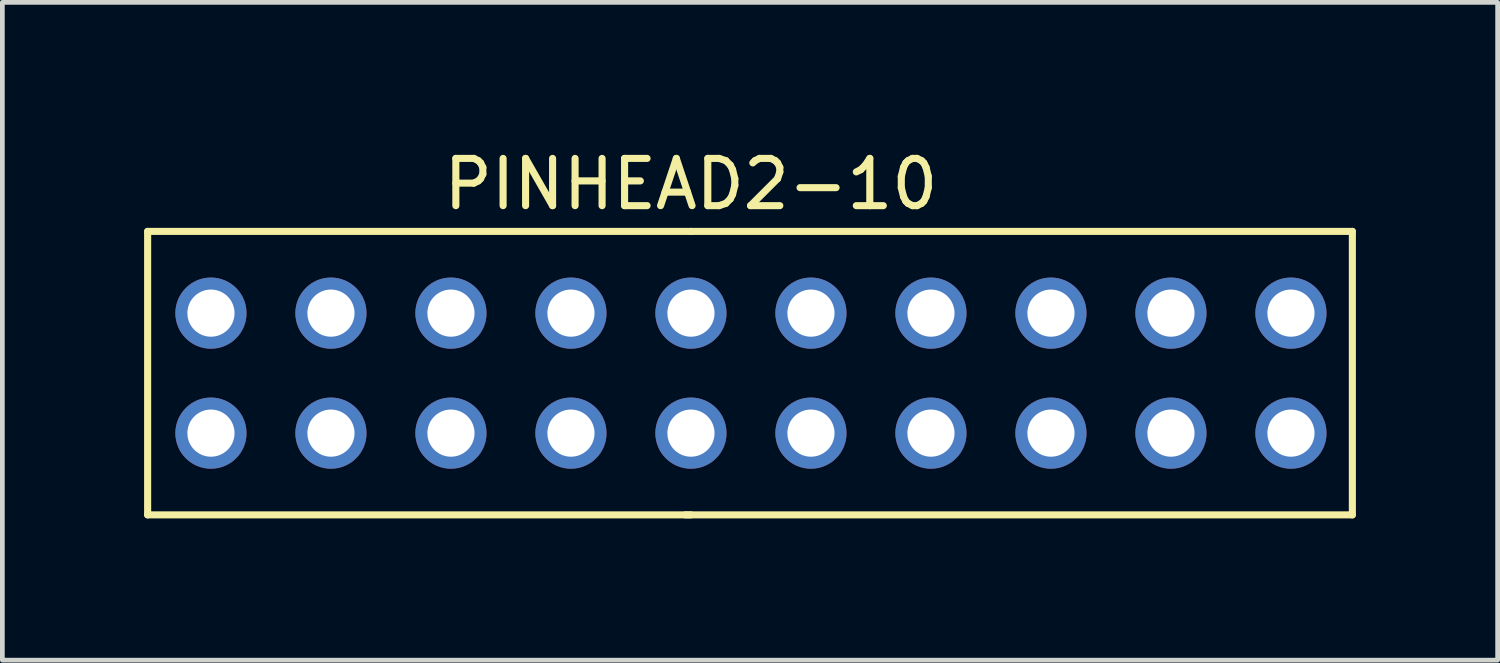
<source format=kicad_pcb>
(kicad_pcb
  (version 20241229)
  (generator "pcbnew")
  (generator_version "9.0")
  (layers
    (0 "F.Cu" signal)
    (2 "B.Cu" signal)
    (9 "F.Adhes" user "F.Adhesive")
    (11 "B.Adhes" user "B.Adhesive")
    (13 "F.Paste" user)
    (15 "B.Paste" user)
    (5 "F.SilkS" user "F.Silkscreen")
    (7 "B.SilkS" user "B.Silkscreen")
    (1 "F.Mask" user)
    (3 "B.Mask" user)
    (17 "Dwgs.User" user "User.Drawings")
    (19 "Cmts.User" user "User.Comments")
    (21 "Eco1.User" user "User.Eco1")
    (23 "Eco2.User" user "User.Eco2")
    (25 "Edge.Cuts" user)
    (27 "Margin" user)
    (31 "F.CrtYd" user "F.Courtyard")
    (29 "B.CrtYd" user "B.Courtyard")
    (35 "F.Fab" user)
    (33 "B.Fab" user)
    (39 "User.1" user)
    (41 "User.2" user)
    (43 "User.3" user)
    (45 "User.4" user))
  (footprint "PINHEAD2-10"
    (layer "F.Cu")
    (at 11.575 4.848)
    (property "Reference" "PINHEAD2-10" (at 0 -4 0) (layer "F.SilkS") (effects (font (size 1 1) (thickness 0.15))))
    (attr exclude_from_pos_files exclude_from_bom)
    (fp_line (start -11.5 -3) (end -11.5 3) (stroke (width 0.15) (type solid)) (layer "F.SilkS"))
    (fp_line (start -11.5 -3) (end 0 -3) (stroke (width 0.15) (type solid)) (layer "F.SilkS"))
    (fp_line (start -0.12 3) (end 14 3) (stroke (width 0.15) (type solid)) (layer "F.SilkS"))
    (fp_line (start 0 -3) (end 14 -3) (stroke (width 0.15) (type solid)) (layer "F.SilkS"))
    (fp_line (start 0 3) (end -11.5 3) (stroke (width 0.15) (type solid)) (layer "F.SilkS"))
    (fp_line (start 14 -3) (end 14 3) (stroke (width 0.15) (type solid)) (layer "F.SilkS"))
    (pad "1" thru_hole circle (at -10.16 1.27) (size 1.506 1.506) (drill 0.998) (layers "*.Cu" "*.Mask"))
    (pad "2" thru_hole circle (at -10.16 -1.27) (size 1.506 1.506) (drill 0.998) (layers "*.Cu" "*.Mask"))
    (pad "3" thru_hole circle (at -7.62 1.27) (size 1.506 1.506) (drill 0.998) (layers "*.Cu" "*.Mask"))
    (pad "4" thru_hole circle (at -7.62 -1.27) (size 1.506 1.506) (drill 0.998) (layers "*.Cu" "*.Mask"))
    (pad "5" thru_hole circle (at -5.08 1.27) (size 1.506 1.506) (drill 0.998) (layers "*.Cu" "*.Mask"))
    (pad "6" thru_hole circle (at -5.08 -1.27) (size 1.506 1.506) (drill 0.998) (layers "*.Cu" "*.Mask"))
    (pad "7" thru_hole circle (at -2.54 1.27) (size 1.506 1.506) (drill 0.998) (layers "*.Cu" "*.Mask"))
    (pad "8" thru_hole circle (at -2.54 -1.27) (size 1.506 1.506) (drill 0.998) (layers "*.Cu" "*.Mask"))
    (pad "9" thru_hole circle (at 0 1.27) (size 1.506 1.506) (drill 0.998) (layers "*.Cu" "*.Mask"))
    (pad "10" thru_hole circle (at 0 -1.27) (size 1.506 1.506) (drill 0.998) (layers "*.Cu" "*.Mask"))
    (pad "11" thru_hole circle (at 2.54 1.27) (size 1.506 1.506) (drill 0.998) (layers "*.Cu" "*.Mask"))
    (pad "12" thru_hole circle (at 2.54 -1.27) (size 1.506 1.506) (drill 0.998) (layers "*.Cu" "*.Mask"))
    (pad "13" thru_hole circle (at 5.08 1.27) (size 1.506 1.506) (drill 0.998) (layers "*.Cu" "*.Mask"))
    (pad "14" thru_hole circle (at 5.08 -1.27) (size 1.506 1.506) (drill 0.998) (layers "*.Cu" "*.Mask"))
    (pad "15" thru_hole circle (at 7.62 1.27) (size 1.506 1.506) (drill 0.998) (layers "*.Cu" "*.Mask"))
    (pad "16" thru_hole circle (at 7.62 -1.27) (size 1.506 1.506) (drill 0.998) (layers "*.Cu" "*.Mask"))
    (pad "17" thru_hole circle (at 10.16 1.27) (size 1.506 1.506) (drill 0.998) (layers "*.Cu" "*.Mask"))
    (pad "18" thru_hole circle (at 10.16 -1.27) (size 1.506 1.506) (drill 0.998) (layers "*.Cu" "*.Mask"))
    (pad "19" thru_hole circle (at 12.7 1.27) (size 1.506 1.506) (drill 0.998) (layers "*.Cu" "*.Mask"))
    (pad "20" thru_hole circle (at 12.7 -1.27) (size 1.506 1.506) (drill 0.998) (layers "*.Cu" "*.Mask")))
  (gr_rect
    (start -3 -3)
    (end 28.65 10.923)
    (stroke (width 0.1) (type default))
    (fill no)
    (layer "Edge.Cuts")))
</source>
